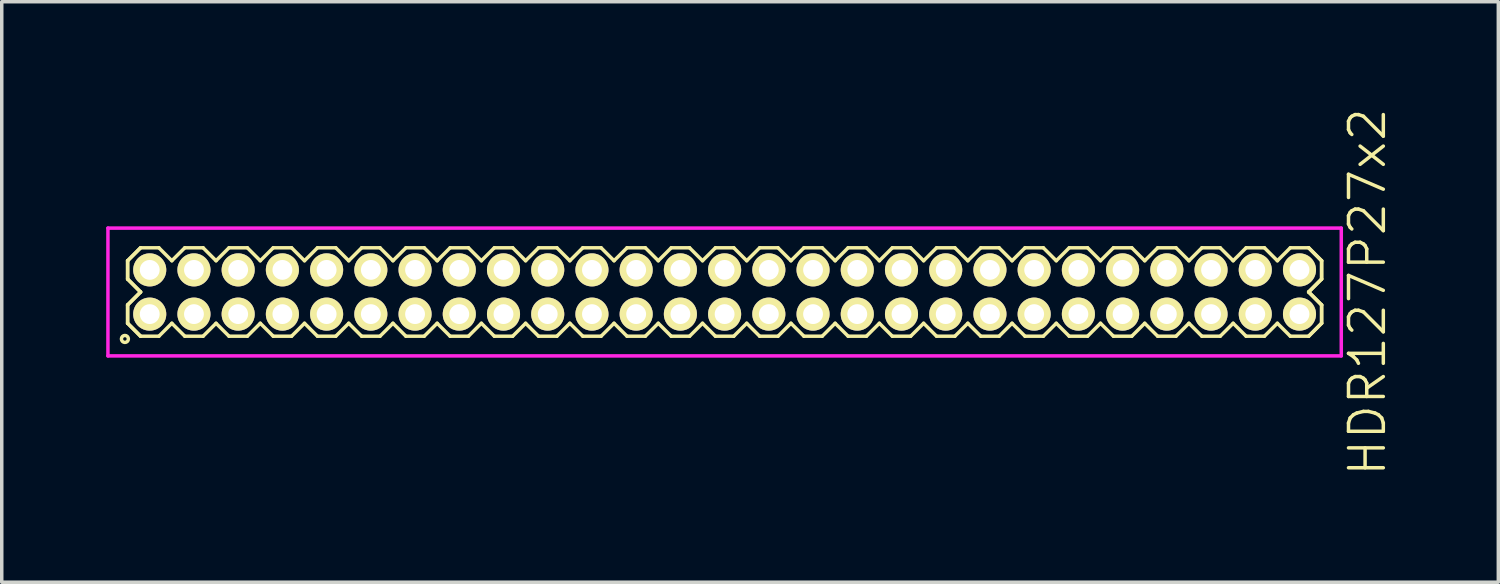
<source format=kicad_pcb>
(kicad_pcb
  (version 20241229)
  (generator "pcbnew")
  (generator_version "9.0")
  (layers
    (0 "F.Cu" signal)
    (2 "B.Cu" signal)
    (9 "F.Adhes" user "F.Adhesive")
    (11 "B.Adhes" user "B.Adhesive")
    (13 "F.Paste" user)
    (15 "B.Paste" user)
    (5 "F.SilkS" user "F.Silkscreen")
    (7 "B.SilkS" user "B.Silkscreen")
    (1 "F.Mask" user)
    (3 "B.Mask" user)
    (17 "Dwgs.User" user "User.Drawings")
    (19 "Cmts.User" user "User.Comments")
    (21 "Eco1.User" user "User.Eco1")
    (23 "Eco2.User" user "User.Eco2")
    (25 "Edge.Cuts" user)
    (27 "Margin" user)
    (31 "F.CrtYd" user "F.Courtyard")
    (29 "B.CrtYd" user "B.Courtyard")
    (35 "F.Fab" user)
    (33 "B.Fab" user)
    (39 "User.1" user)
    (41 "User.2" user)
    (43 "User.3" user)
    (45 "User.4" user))
  (footprint "HDR127P27x2"
    (layer "F.Cu")
    (at 17.76 5.336)
    (property "Reference" "HDR127P27x2" (at 18.46 0 90) (layer "F.SilkS") (effects (font (size 1 1) (thickness 0.1))))
    (attr through_hole)
    (fp_line (start -17.145 -0.898) (end -16.773 -1.27) (stroke (width 0.1) (type solid)) (layer "F.SilkS"))
    (fp_line (start -17.145 -0.898) (end -16.773 -1.27) (stroke (width 0.1) (type solid)) (layer "F.SilkS"))
    (fp_line (start -17.145 -0.372) (end -17.145 -0.898) (stroke (width 0.1) (type solid)) (layer "F.SilkS"))
    (fp_line (start -17.145 -0.372) (end -17.145 -0.898) (stroke (width 0.1) (type solid)) (layer "F.SilkS"))
    (fp_line (start -17.145 0.372) (end -16.773 0) (stroke (width 0.1) (type solid)) (layer "F.SilkS"))
    (fp_line (start -17.145 0.372) (end -16.773 0) (stroke (width 0.1) (type solid)) (layer "F.SilkS"))
    (fp_line (start -17.145 0.898) (end -17.145 0.372) (stroke (width 0.1) (type solid)) (layer "F.SilkS"))
    (fp_line (start -17.145 0.898) (end -17.145 0.372) (stroke (width 0.1) (type solid)) (layer "F.SilkS"))
    (fp_line (start -16.773 -1.27) (end -16.247 -1.27) (stroke (width 0.1) (type solid)) (layer "F.SilkS"))
    (fp_line (start -16.773 0) (end -17.145 -0.372) (stroke (width 0.1) (type solid)) (layer "F.SilkS"))
    (fp_line (start -16.773 0) (end -17.145 -0.372) (stroke (width 0.1) (type solid)) (layer "F.SilkS"))
    (fp_line (start -16.773 1.27) (end -17.145 0.898) (stroke (width 0.1) (type solid)) (layer "F.SilkS"))
    (fp_line (start -16.773 1.27) (end -17.145 0.898) (stroke (width 0.1) (type solid)) (layer "F.SilkS"))
    (fp_line (start -16.247 -1.27) (end -15.875 -0.898) (stroke (width 0.1) (type solid)) (layer "F.SilkS"))
    (fp_line (start -16.247 1.27) (end -16.773 1.27) (stroke (width 0.1) (type solid)) (layer "F.SilkS"))
    (fp_line (start -15.875 -0.898) (end -15.503 -1.27) (stroke (width 0.1) (type solid)) (layer "F.SilkS"))
    (fp_line (start -15.875 0.898) (end -16.247 1.27) (stroke (width 0.1) (type solid)) (layer "F.SilkS"))
    (fp_line (start -15.503 -1.27) (end -14.977 -1.27) (stroke (width 0.1) (type solid)) (layer "F.SilkS"))
    (fp_line (start -15.503 1.27) (end -15.875 0.898) (stroke (width 0.1) (type solid)) (layer "F.SilkS"))
    (fp_line (start -14.977 -1.27) (end -14.605 -0.898) (stroke (width 0.1) (type solid)) (layer "F.SilkS"))
    (fp_line (start -14.977 1.27) (end -15.503 1.27) (stroke (width 0.1) (type solid)) (layer "F.SilkS"))
    (fp_line (start -14.605 -0.898) (end -14.233 -1.27) (stroke (width 0.1) (type solid)) (layer "F.SilkS"))
    (fp_line (start -14.605 0.898) (end -14.977 1.27) (stroke (width 0.1) (type solid)) (layer "F.SilkS"))
    (fp_line (start -14.233 -1.27) (end -13.707 -1.27) (stroke (width 0.1) (type solid)) (layer "F.SilkS"))
    (fp_line (start -14.233 1.27) (end -14.605 0.898) (stroke (width 0.1) (type solid)) (layer "F.SilkS"))
    (fp_line (start -13.707 -1.27) (end -13.335 -0.898) (stroke (width 0.1) (type solid)) (layer "F.SilkS"))
    (fp_line (start -13.707 1.27) (end -14.233 1.27) (stroke (width 0.1) (type solid)) (layer "F.SilkS"))
    (fp_line (start -13.335 -0.898) (end -12.963 -1.27) (stroke (width 0.1) (type solid)) (layer "F.SilkS"))
    (fp_line (start -13.335 0.898) (end -13.707 1.27) (stroke (width 0.1) (type solid)) (layer "F.SilkS"))
    (fp_line (start -12.963 -1.27) (end -12.437 -1.27) (stroke (width 0.1) (type solid)) (layer "F.SilkS"))
    (fp_line (start -12.963 1.27) (end -13.335 0.898) (stroke (width 0.1) (type solid)) (layer "F.SilkS"))
    (fp_line (start -12.437 -1.27) (end -12.065 -0.898) (stroke (width 0.1) (type solid)) (layer "F.SilkS"))
    (fp_line (start -12.437 1.27) (end -12.963 1.27) (stroke (width 0.1) (type solid)) (layer "F.SilkS"))
    (fp_line (start -12.065 -0.898) (end -11.693 -1.27) (stroke (width 0.1) (type solid)) (layer "F.SilkS"))
    (fp_line (start -12.065 0.898) (end -12.437 1.27) (stroke (width 0.1) (type solid)) (layer "F.SilkS"))
    (fp_line (start -11.693 -1.27) (end -11.167 -1.27) (stroke (width 0.1) (type solid)) (layer "F.SilkS"))
    (fp_line (start -11.693 1.27) (end -12.065 0.898) (stroke (width 0.1) (type solid)) (layer "F.SilkS"))
    (fp_line (start -11.167 -1.27) (end -10.795 -0.898) (stroke (width 0.1) (type solid)) (layer "F.SilkS"))
    (fp_line (start -11.167 1.27) (end -11.693 1.27) (stroke (width 0.1) (type solid)) (layer "F.SilkS"))
    (fp_line (start -10.795 -0.898) (end -10.423 -1.27) (stroke (width 0.1) (type solid)) (layer "F.SilkS"))
    (fp_line (start -10.795 0.898) (end -11.167 1.27) (stroke (width 0.1) (type solid)) (layer "F.SilkS"))
    (fp_line (start -10.423 -1.27) (end -9.897 -1.27) (stroke (width 0.1) (type solid)) (layer "F.SilkS"))
    (fp_line (start -10.423 1.27) (end -10.795 0.898) (stroke (width 0.1) (type solid)) (layer "F.SilkS"))
    (fp_line (start -9.897 -1.27) (end -9.525 -0.898) (stroke (width 0.1) (type solid)) (layer "F.SilkS"))
    (fp_line (start -9.897 1.27) (end -10.423 1.27) (stroke (width 0.1) (type solid)) (layer "F.SilkS"))
    (fp_line (start -9.525 -0.898) (end -9.153 -1.27) (stroke (width 0.1) (type solid)) (layer "F.SilkS"))
    (fp_line (start -9.525 0.898) (end -9.897 1.27) (stroke (width 0.1) (type solid)) (layer "F.SilkS"))
    (fp_line (start -9.153 -1.27) (end -8.627 -1.27) (stroke (width 0.1) (type solid)) (layer "F.SilkS"))
    (fp_line (start -9.153 1.27) (end -9.525 0.898) (stroke (width 0.1) (type solid)) (layer "F.SilkS"))
    (fp_line (start -8.627 -1.27) (end -8.255 -0.898) (stroke (width 0.1) (type solid)) (layer "F.SilkS"))
    (fp_line (start -8.627 1.27) (end -9.153 1.27) (stroke (width 0.1) (type solid)) (layer "F.SilkS"))
    (fp_line (start -8.255 -0.898) (end -7.883 -1.27) (stroke (width 0.1) (type solid)) (layer "F.SilkS"))
    (fp_line (start -8.255 0.898) (end -8.627 1.27) (stroke (width 0.1) (type solid)) (layer "F.SilkS"))
    (fp_line (start -7.883 -1.27) (end -7.357 -1.27) (stroke (width 0.1) (type solid)) (layer "F.SilkS"))
    (fp_line (start -7.883 1.27) (end -8.255 0.898) (stroke (width 0.1) (type solid)) (layer "F.SilkS"))
    (fp_line (start -7.357 -1.27) (end -6.985 -0.898) (stroke (width 0.1) (type solid)) (layer "F.SilkS"))
    (fp_line (start -7.357 1.27) (end -7.883 1.27) (stroke (width 0.1) (type solid)) (layer "F.SilkS"))
    (fp_line (start -6.985 -0.898) (end -6.613 -1.27) (stroke (width 0.1) (type solid)) (layer "F.SilkS"))
    (fp_line (start -6.985 0.898) (end -7.357 1.27) (stroke (width 0.1) (type solid)) (layer "F.SilkS"))
    (fp_line (start -6.613 -1.27) (end -6.087 -1.27) (stroke (width 0.1) (type solid)) (layer "F.SilkS"))
    (fp_line (start -6.613 1.27) (end -6.985 0.898) (stroke (width 0.1) (type solid)) (layer "F.SilkS"))
    (fp_line (start -6.087 -1.27) (end -5.715 -0.898) (stroke (width 0.1) (type solid)) (layer "F.SilkS"))
    (fp_line (start -6.087 1.27) (end -6.613 1.27) (stroke (width 0.1) (type solid)) (layer "F.SilkS"))
    (fp_line (start -5.715 -0.898) (end -5.343 -1.27) (stroke (width 0.1) (type solid)) (layer "F.SilkS"))
    (fp_line (start -5.715 0.898) (end -6.087 1.27) (stroke (width 0.1) (type solid)) (layer "F.SilkS"))
    (fp_line (start -5.343 -1.27) (end -4.817 -1.27) (stroke (width 0.1) (type solid)) (layer "F.SilkS"))
    (fp_line (start -5.343 1.27) (end -5.715 0.898) (stroke (width 0.1) (type solid)) (layer "F.SilkS"))
    (fp_line (start -4.817 -1.27) (end -4.445 -0.898) (stroke (width 0.1) (type solid)) (layer "F.SilkS"))
    (fp_line (start -4.817 1.27) (end -5.343 1.27) (stroke (width 0.1) (type solid)) (layer "F.SilkS"))
    (fp_line (start -4.445 -0.898) (end -4.073 -1.27) (stroke (width 0.1) (type solid)) (layer "F.SilkS"))
    (fp_line (start -4.445 0.898) (end -4.817 1.27) (stroke (width 0.1) (type solid)) (layer "F.SilkS"))
    (fp_line (start -4.073 -1.27) (end -3.547 -1.27) (stroke (width 0.1) (type solid)) (layer "F.SilkS"))
    (fp_line (start -4.073 1.27) (end -4.445 0.898) (stroke (width 0.1) (type solid)) (layer "F.SilkS"))
    (fp_line (start -3.547 -1.27) (end -3.175 -0.898) (stroke (width 0.1) (type solid)) (layer "F.SilkS"))
    (fp_line (start -3.547 1.27) (end -4.073 1.27) (stroke (width 0.1) (type solid)) (layer "F.SilkS"))
    (fp_line (start -3.175 -0.898) (end -2.803 -1.27) (stroke (width 0.1) (type solid)) (layer "F.SilkS"))
    (fp_line (start -3.175 0.898) (end -3.547 1.27) (stroke (width 0.1) (type solid)) (layer "F.SilkS"))
    (fp_line (start -2.803 -1.27) (end -2.277 -1.27) (stroke (width 0.1) (type solid)) (layer "F.SilkS"))
    (fp_line (start -2.803 1.27) (end -3.175 0.898) (stroke (width 0.1) (type solid)) (layer "F.SilkS"))
    (fp_line (start -2.277 -1.27) (end -1.905 -0.898) (stroke (width 0.1) (type solid)) (layer "F.SilkS"))
    (fp_line (start -2.277 1.27) (end -2.803 1.27) (stroke (width 0.1) (type solid)) (layer "F.SilkS"))
    (fp_line (start -1.905 -0.898) (end -1.533 -1.27) (stroke (width 0.1) (type solid)) (layer "F.SilkS"))
    (fp_line (start -1.905 0.898) (end -2.277 1.27) (stroke (width 0.1) (type solid)) (layer "F.SilkS"))
    (fp_line (start -1.533 -1.27) (end -1.007 -1.27) (stroke (width 0.1) (type solid)) (layer "F.SilkS"))
    (fp_line (start -1.533 1.27) (end -1.905 0.898) (stroke (width 0.1) (type solid)) (layer "F.SilkS"))
    (fp_line (start -1.007 -1.27) (end -0.635 -0.898) (stroke (width 0.1) (type solid)) (layer "F.SilkS"))
    (fp_line (start -1.007 1.27) (end -1.533 1.27) (stroke (width 0.1) (type solid)) (layer "F.SilkS"))
    (fp_line (start -0.635 -0.898) (end -0.263 -1.27) (stroke (width 0.1) (type solid)) (layer "F.SilkS"))
    (fp_line (start -0.635 0.898) (end -1.007 1.27) (stroke (width 0.1) (type solid)) (layer "F.SilkS"))
    (fp_line (start -0.263 -1.27) (end 0.263 -1.27) (stroke (width 0.1) (type solid)) (layer "F.SilkS"))
    (fp_line (start -0.263 1.27) (end -0.635 0.898) (stroke (width 0.1) (type solid)) (layer "F.SilkS"))
    (fp_line (start 0.263 -1.27) (end 0.635 -0.898) (stroke (width 0.1) (type solid)) (layer "F.SilkS"))
    (fp_line (start 0.263 1.27) (end -0.263 1.27) (stroke (width 0.1) (type solid)) (layer "F.SilkS"))
    (fp_line (start 0.635 -0.898) (end 1.007 -1.27) (stroke (width 0.1) (type solid)) (layer "F.SilkS"))
    (fp_line (start 0.635 0.898) (end 0.263 1.27) (stroke (width 0.1) (type solid)) (layer "F.SilkS"))
    (fp_line (start 1.007 -1.27) (end 1.533 -1.27) (stroke (width 0.1) (type solid)) (layer "F.SilkS"))
    (fp_line (start 1.007 1.27) (end 0.635 0.898) (stroke (width 0.1) (type solid)) (layer "F.SilkS"))
    (fp_line (start 1.533 -1.27) (end 1.905 -0.898) (stroke (width 0.1) (type solid)) (layer "F.SilkS"))
    (fp_line (start 1.533 1.27) (end 1.007 1.27) (stroke (width 0.1) (type solid)) (layer "F.SilkS"))
    (fp_line (start 1.905 -0.898) (end 2.277 -1.27) (stroke (width 0.1) (type solid)) (layer "F.SilkS"))
    (fp_line (start 1.905 0.898) (end 1.533 1.27) (stroke (width 0.1) (type solid)) (layer "F.SilkS"))
    (fp_line (start 2.277 -1.27) (end 2.803 -1.27) (stroke (width 0.1) (type solid)) (layer "F.SilkS"))
    (fp_line (start 2.277 1.27) (end 1.905 0.898) (stroke (width 0.1) (type solid)) (layer "F.SilkS"))
    (fp_line (start 2.803 -1.27) (end 3.175 -0.898) (stroke (width 0.1) (type solid)) (layer "F.SilkS"))
    (fp_line (start 2.803 1.27) (end 2.277 1.27) (stroke (width 0.1) (type solid)) (layer "F.SilkS"))
    (fp_line (start 3.175 -0.898) (end 3.547 -1.27) (stroke (width 0.1) (type solid)) (layer "F.SilkS"))
    (fp_line (start 3.175 0.898) (end 2.803 1.27) (stroke (width 0.1) (type solid)) (layer "F.SilkS"))
    (fp_line (start 3.547 -1.27) (end 4.073 -1.27) (stroke (width 0.1) (type solid)) (layer "F.SilkS"))
    (fp_line (start 3.547 1.27) (end 3.175 0.898) (stroke (width 0.1) (type solid)) (layer "F.SilkS"))
    (fp_line (start 4.073 -1.27) (end 4.445 -0.898) (stroke (width 0.1) (type solid)) (layer "F.SilkS"))
    (fp_line (start 4.073 1.27) (end 3.547 1.27) (stroke (width 0.1) (type solid)) (layer "F.SilkS"))
    (fp_line (start 4.445 -0.898) (end 4.817 -1.27) (stroke (width 0.1) (type solid)) (layer "F.SilkS"))
    (fp_line (start 4.445 0.898) (end 4.073 1.27) (stroke (width 0.1) (type solid)) (layer "F.SilkS"))
    (fp_line (start 4.817 -1.27) (end 5.343 -1.27) (stroke (width 0.1) (type solid)) (layer "F.SilkS"))
    (fp_line (start 4.817 1.27) (end 4.445 0.898) (stroke (width 0.1) (type solid)) (layer "F.SilkS"))
    (fp_line (start 5.343 -1.27) (end 5.715 -0.898) (stroke (width 0.1) (type solid)) (layer "F.SilkS"))
    (fp_line (start 5.343 1.27) (end 4.817 1.27) (stroke (width 0.1) (type solid)) (layer "F.SilkS"))
    (fp_line (start 5.715 -0.898) (end 6.087 -1.27) (stroke (width 0.1) (type solid)) (layer "F.SilkS"))
    (fp_line (start 5.715 0.898) (end 5.343 1.27) (stroke (width 0.1) (type solid)) (layer "F.SilkS"))
    (fp_line (start 6.087 -1.27) (end 6.613 -1.27) (stroke (width 0.1) (type solid)) (layer "F.SilkS"))
    (fp_line (start 6.087 1.27) (end 5.715 0.898) (stroke (width 0.1) (type solid)) (layer "F.SilkS"))
    (fp_line (start 6.613 -1.27) (end 6.985 -0.898) (stroke (width 0.1) (type solid)) (layer "F.SilkS"))
    (fp_line (start 6.613 1.27) (end 6.087 1.27) (stroke (width 0.1) (type solid)) (layer "F.SilkS"))
    (fp_line (start 6.985 -0.898) (end 7.357 -1.27) (stroke (width 0.1) (type solid)) (layer "F.SilkS"))
    (fp_line (start 6.985 0.898) (end 6.613 1.27) (stroke (width 0.1) (type solid)) (layer "F.SilkS"))
    (fp_line (start 7.357 -1.27) (end 7.883 -1.27) (stroke (width 0.1) (type solid)) (layer "F.SilkS"))
    (fp_line (start 7.357 1.27) (end 6.985 0.898) (stroke (width 0.1) (type solid)) (layer "F.SilkS"))
    (fp_line (start 7.883 -1.27) (end 8.255 -0.898) (stroke (width 0.1) (type solid)) (layer "F.SilkS"))
    (fp_line (start 7.883 1.27) (end 7.357 1.27) (stroke (width 0.1) (type solid)) (layer "F.SilkS"))
    (fp_line (start 8.255 -0.898) (end 8.627 -1.27) (stroke (width 0.1) (type solid)) (layer "F.SilkS"))
    (fp_line (start 8.255 0.898) (end 7.883 1.27) (stroke (width 0.1) (type solid)) (layer "F.SilkS"))
    (fp_line (start 8.627 -1.27) (end 9.153 -1.27) (stroke (width 0.1) (type solid)) (layer "F.SilkS"))
    (fp_line (start 8.627 1.27) (end 8.255 0.898) (stroke (width 0.1) (type solid)) (layer "F.SilkS"))
    (fp_line (start 9.153 -1.27) (end 9.525 -0.898) (stroke (width 0.1) (type solid)) (layer "F.SilkS"))
    (fp_line (start 9.153 1.27) (end 8.627 1.27) (stroke (width 0.1) (type solid)) (layer "F.SilkS"))
    (fp_line (start 9.525 -0.898) (end 9.897 -1.27) (stroke (width 0.1) (type solid)) (layer "F.SilkS"))
    (fp_line (start 9.525 0.898) (end 9.153 1.27) (stroke (width 0.1) (type solid)) (layer "F.SilkS"))
    (fp_line (start 9.897 -1.27) (end 10.423 -1.27) (stroke (width 0.1) (type solid)) (layer "F.SilkS"))
    (fp_line (start 9.897 1.27) (end 9.525 0.898) (stroke (width 0.1) (type solid)) (layer "F.SilkS"))
    (fp_line (start 10.423 -1.27) (end 10.795 -0.898) (stroke (width 0.1) (type solid)) (layer "F.SilkS"))
    (fp_line (start 10.423 1.27) (end 9.897 1.27) (stroke (width 0.1) (type solid)) (layer "F.SilkS"))
    (fp_line (start 10.795 -0.898) (end 11.167 -1.27) (stroke (width 0.1) (type solid)) (layer "F.SilkS"))
    (fp_line (start 10.795 0.898) (end 10.423 1.27) (stroke (width 0.1) (type solid)) (layer "F.SilkS"))
    (fp_line (start 11.167 -1.27) (end 11.693 -1.27) (stroke (width 0.1) (type solid)) (layer "F.SilkS"))
    (fp_line (start 11.167 1.27) (end 10.795 0.898) (stroke (width 0.1) (type solid)) (layer "F.SilkS"))
    (fp_line (start 11.693 -1.27) (end 12.065 -0.898) (stroke (width 0.1) (type solid)) (layer "F.SilkS"))
    (fp_line (start 11.693 1.27) (end 11.167 1.27) (stroke (width 0.1) (type solid)) (layer "F.SilkS"))
    (fp_line (start 12.065 -0.898) (end 12.437 -1.27) (stroke (width 0.1) (type solid)) (layer "F.SilkS"))
    (fp_line (start 12.065 0.898) (end 11.693 1.27) (stroke (width 0.1) (type solid)) (layer "F.SilkS"))
    (fp_line (start 12.437 -1.27) (end 12.963 -1.27) (stroke (width 0.1) (type solid)) (layer "F.SilkS"))
    (fp_line (start 12.437 1.27) (end 12.065 0.898) (stroke (width 0.1) (type solid)) (layer "F.SilkS"))
    (fp_line (start 12.963 -1.27) (end 13.335 -0.898) (stroke (width 0.1) (type solid)) (layer "F.SilkS"))
    (fp_line (start 12.963 1.27) (end 12.437 1.27) (stroke (width 0.1) (type solid)) (layer "F.SilkS"))
    (fp_line (start 13.335 -0.898) (end 13.707 -1.27) (stroke (width 0.1) (type solid)) (layer "F.SilkS"))
    (fp_line (start 13.335 0.898) (end 12.963 1.27) (stroke (width 0.1) (type solid)) (layer "F.SilkS"))
    (fp_line (start 13.707 -1.27) (end 14.233 -1.27) (stroke (width 0.1) (type solid)) (layer "F.SilkS"))
    (fp_line (start 13.707 1.27) (end 13.335 0.898) (stroke (width 0.1) (type solid)) (layer "F.SilkS"))
    (fp_line (start 14.233 -1.27) (end 14.605 -0.898) (stroke (width 0.1) (type solid)) (layer "F.SilkS"))
    (fp_line (start 14.233 1.27) (end 13.707 1.27) (stroke (width 0.1) (type solid)) (layer "F.SilkS"))
    (fp_line (start 14.605 -0.898) (end 14.977 -1.27) (stroke (width 0.1) (type solid)) (layer "F.SilkS"))
    (fp_line (start 14.605 0.898) (end 14.233 1.27) (stroke (width 0.1) (type solid)) (layer "F.SilkS"))
    (fp_line (start 14.977 -1.27) (end 15.503 -1.27) (stroke (width 0.1) (type solid)) (layer "F.SilkS"))
    (fp_line (start 14.977 1.27) (end 14.605 0.898) (stroke (width 0.1) (type solid)) (layer "F.SilkS"))
    (fp_line (start 15.503 -1.27) (end 15.875 -0.898) (stroke (width 0.1) (type solid)) (layer "F.SilkS"))
    (fp_line (start 15.503 1.27) (end 14.977 1.27) (stroke (width 0.1) (type solid)) (layer "F.SilkS"))
    (fp_line (start 15.875 -0.898) (end 16.247 -1.27) (stroke (width 0.1) (type solid)) (layer "F.SilkS"))
    (fp_line (start 15.875 0.898) (end 15.503 1.27) (stroke (width 0.1) (type solid)) (layer "F.SilkS"))
    (fp_line (start 16.247 -1.27) (end 16.773 -1.27) (stroke (width 0.1) (type solid)) (layer "F.SilkS"))
    (fp_line (start 16.247 1.27) (end 15.875 0.898) (stroke (width 0.1) (type solid)) (layer "F.SilkS"))
    (fp_line (start 16.773 -1.27) (end 17.145 -0.898) (stroke (width 0.1) (type solid)) (layer "F.SilkS"))
    (fp_line (start 16.773 -1.27) (end 17.145 -0.898) (stroke (width 0.1) (type solid)) (layer "F.SilkS"))
    (fp_line (start 16.773 0) (end 17.145 0.372) (stroke (width 0.1) (type solid)) (layer "F.SilkS"))
    (fp_line (start 16.773 0) (end 17.145 0.372) (stroke (width 0.1) (type solid)) (layer "F.SilkS"))
    (fp_line (start 16.773 1.27) (end 16.247 1.27) (stroke (width 0.1) (type solid)) (layer "F.SilkS"))
    (fp_line (start 17.145 -0.898) (end 17.145 -0.372) (stroke (width 0.1) (type solid)) (layer "F.SilkS"))
    (fp_line (start 17.145 -0.898) (end 17.145 -0.372) (stroke (width 0.1) (type solid)) (layer "F.SilkS"))
    (fp_line (start 17.145 -0.372) (end 16.773 0) (stroke (width 0.1) (type solid)) (layer "F.SilkS"))
    (fp_line (start 17.145 -0.372) (end 16.773 0) (stroke (width 0.1) (type solid)) (layer "F.SilkS"))
    (fp_line (start 17.145 0.372) (end 17.145 0.898) (stroke (width 0.1) (type solid)) (layer "F.SilkS"))
    (fp_line (start 17.145 0.372) (end 17.145 0.898) (stroke (width 0.1) (type solid)) (layer "F.SilkS"))
    (fp_line (start 17.145 0.898) (end 16.773 1.27) (stroke (width 0.1) (type solid)) (layer "F.SilkS"))
    (fp_line (start 17.145 0.898) (end 16.773 1.27) (stroke (width 0.1) (type solid)) (layer "F.SilkS"))
    (fp_circle (center -17.223 1.348) (end -17.123 1.348) (stroke (width 0.1) (type solid)) (fill no) (layer "F.SilkS"))
    (fp_line (start -17.71 -1.835) (end -17.71 1.835) (stroke (width 0.1) (type solid)) (layer "F.CrtYd"))
    (fp_line (start -17.71 1.835) (end 17.71 1.835) (stroke (width 0.1) (type solid)) (layer "F.CrtYd"))
    (fp_line (start 17.71 -1.835) (end -17.71 -1.835) (stroke (width 0.1) (type solid)) (layer "F.CrtYd"))
    (fp_line (start 17.71 1.835) (end 17.71 -1.835) (stroke (width 0.1) (type solid)) (layer "F.CrtYd"))
    (pad "1" thru_hole oval (at -16.51 0.635) (size 0.95 0.95) (drill 0.57) (layers "*.Cu" "*.Mask" "F.SilkS"))
    (pad "2" thru_hole oval (at -16.51 -0.635) (size 0.95 0.95) (drill 0.57) (layers "*.Cu" "*.Mask" "F.SilkS"))
    (pad "3" thru_hole oval (at -15.24 0.635) (size 0.95 0.95) (drill 0.57) (layers "*.Cu" "*.Mask" "F.SilkS"))
    (pad "4" thru_hole oval (at -15.24 -0.635) (size 0.95 0.95) (drill 0.57) (layers "*.Cu" "*.Mask" "F.SilkS"))
    (pad "5" thru_hole oval (at -13.97 0.635) (size 0.95 0.95) (drill 0.57) (layers "*.Cu" "*.Mask" "F.SilkS"))
    (pad "6" thru_hole oval (at -13.97 -0.635) (size 0.95 0.95) (drill 0.57) (layers "*.Cu" "*.Mask" "F.SilkS"))
    (pad "7" thru_hole oval (at -12.7 0.635) (size 0.95 0.95) (drill 0.57) (layers "*.Cu" "*.Mask" "F.SilkS"))
    (pad "8" thru_hole oval (at -12.7 -0.635) (size 0.95 0.95) (drill 0.57) (layers "*.Cu" "*.Mask" "F.SilkS"))
    (pad "9" thru_hole oval (at -11.43 0.635) (size 0.95 0.95) (drill 0.57) (layers "*.Cu" "*.Mask" "F.SilkS"))
    (pad "10" thru_hole oval (at -11.43 -0.635) (size 0.95 0.95) (drill 0.57) (layers "*.Cu" "*.Mask" "F.SilkS"))
    (pad "11" thru_hole oval (at -10.16 0.635) (size 0.95 0.95) (drill 0.57) (layers "*.Cu" "*.Mask" "F.SilkS"))
    (pad "12" thru_hole oval (at -10.16 -0.635) (size 0.95 0.95) (drill 0.57) (layers "*.Cu" "*.Mask" "F.SilkS"))
    (pad "13" thru_hole oval (at -8.89 0.635) (size 0.95 0.95) (drill 0.57) (layers "*.Cu" "*.Mask" "F.SilkS"))
    (pad "14" thru_hole oval (at -8.89 -0.635) (size 0.95 0.95) (drill 0.57) (layers "*.Cu" "*.Mask" "F.SilkS"))
    (pad "15" thru_hole oval (at -7.62 0.635) (size 0.95 0.95) (drill 0.57) (layers "*.Cu" "*.Mask" "F.SilkS"))
    (pad "16" thru_hole oval (at -7.62 -0.635) (size 0.95 0.95) (drill 0.57) (layers "*.Cu" "*.Mask" "F.SilkS"))
    (pad "17" thru_hole oval (at -6.35 0.635) (size 0.95 0.95) (drill 0.57) (layers "*.Cu" "*.Mask" "F.SilkS"))
    (pad "18" thru_hole oval (at -6.35 -0.635) (size 0.95 0.95) (drill 0.57) (layers "*.Cu" "*.Mask" "F.SilkS"))
    (pad "19" thru_hole oval (at -5.08 0.635) (size 0.95 0.95) (drill 0.57) (layers "*.Cu" "*.Mask" "F.SilkS"))
    (pad "20" thru_hole oval (at -5.08 -0.635) (size 0.95 0.95) (drill 0.57) (layers "*.Cu" "*.Mask" "F.SilkS"))
    (pad "21" thru_hole oval (at -3.81 0.635) (size 0.95 0.95) (drill 0.57) (layers "*.Cu" "*.Mask" "F.SilkS"))
    (pad "22" thru_hole oval (at -3.81 -0.635) (size 0.95 0.95) (drill 0.57) (layers "*.Cu" "*.Mask" "F.SilkS"))
    (pad "23" thru_hole oval (at -2.54 0.635) (size 0.95 0.95) (drill 0.57) (layers "*.Cu" "*.Mask" "F.SilkS"))
    (pad "24" thru_hole oval (at -2.54 -0.635) (size 0.95 0.95) (drill 0.57) (layers "*.Cu" "*.Mask" "F.SilkS"))
    (pad "25" thru_hole oval (at -1.27 0.635) (size 0.95 0.95) (drill 0.57) (layers "*.Cu" "*.Mask" "F.SilkS"))
    (pad "26" thru_hole oval (at -1.27 -0.635) (size 0.95 0.95) (drill 0.57) (layers "*.Cu" "*.Mask" "F.SilkS"))
    (pad "27" thru_hole oval (at 0 0.635) (size 0.95 0.95) (drill 0.57) (layers "*.Cu" "*.Mask" "F.SilkS"))
    (pad "28" thru_hole oval (at 0 -0.635) (size 0.95 0.95) (drill 0.57) (layers "*.Cu" "*.Mask" "F.SilkS"))
    (pad "29" thru_hole oval (at 1.27 0.635) (size 0.95 0.95) (drill 0.57) (layers "*.Cu" "*.Mask" "F.SilkS"))
    (pad "30" thru_hole oval (at 1.27 -0.635) (size 0.95 0.95) (drill 0.57) (layers "*.Cu" "*.Mask" "F.SilkS"))
    (pad "31" thru_hole oval (at 2.54 0.635) (size 0.95 0.95) (drill 0.57) (layers "*.Cu" "*.Mask" "F.SilkS"))
    (pad "32" thru_hole oval (at 2.54 -0.635) (size 0.95 0.95) (drill 0.57) (layers "*.Cu" "*.Mask" "F.SilkS"))
    (pad "33" thru_hole oval (at 3.81 0.635) (size 0.95 0.95) (drill 0.57) (layers "*.Cu" "*.Mask" "F.SilkS"))
    (pad "34" thru_hole oval (at 3.81 -0.635) (size 0.95 0.95) (drill 0.57) (layers "*.Cu" "*.Mask" "F.SilkS"))
    (pad "35" thru_hole oval (at 5.08 0.635) (size 0.95 0.95) (drill 0.57) (layers "*.Cu" "*.Mask" "F.SilkS"))
    (pad "36" thru_hole oval (at 5.08 -0.635) (size 0.95 0.95) (drill 0.57) (layers "*.Cu" "*.Mask" "F.SilkS"))
    (pad "37" thru_hole oval (at 6.35 0.635) (size 0.95 0.95) (drill 0.57) (layers "*.Cu" "*.Mask" "F.SilkS"))
    (pad "38" thru_hole oval (at 6.35 -0.635) (size 0.95 0.95) (drill 0.57) (layers "*.Cu" "*.Mask" "F.SilkS"))
    (pad "39" thru_hole oval (at 7.62 0.635) (size 0.95 0.95) (drill 0.57) (layers "*.Cu" "*.Mask" "F.SilkS"))
    (pad "40" thru_hole oval (at 7.62 -0.635) (size 0.95 0.95) (drill 0.57) (layers "*.Cu" "*.Mask" "F.SilkS"))
    (pad "41" thru_hole oval (at 8.89 0.635) (size 0.95 0.95) (drill 0.57) (layers "*.Cu" "*.Mask" "F.SilkS"))
    (pad "42" thru_hole oval (at 8.89 -0.635) (size 0.95 0.95) (drill 0.57) (layers "*.Cu" "*.Mask" "F.SilkS"))
    (pad "43" thru_hole oval (at 10.16 0.635) (size 0.95 0.95) (drill 0.57) (layers "*.Cu" "*.Mask" "F.SilkS"))
    (pad "44" thru_hole oval (at 10.16 -0.635) (size 0.95 0.95) (drill 0.57) (layers "*.Cu" "*.Mask" "F.SilkS"))
    (pad "45" thru_hole oval (at 11.43 0.635) (size 0.95 0.95) (drill 0.57) (layers "*.Cu" "*.Mask" "F.SilkS"))
    (pad "46" thru_hole oval (at 11.43 -0.635) (size 0.95 0.95) (drill 0.57) (layers "*.Cu" "*.Mask" "F.SilkS"))
    (pad "47" thru_hole oval (at 12.7 0.635) (size 0.95 0.95) (drill 0.57) (layers "*.Cu" "*.Mask" "F.SilkS"))
    (pad "48" thru_hole oval (at 12.7 -0.635) (size 0.95 0.95) (drill 0.57) (layers "*.Cu" "*.Mask" "F.SilkS"))
    (pad "49" thru_hole oval (at 13.97 0.635) (size 0.95 0.95) (drill 0.57) (layers "*.Cu" "*.Mask" "F.SilkS"))
    (pad "50" thru_hole oval (at 13.97 -0.635) (size 0.95 0.95) (drill 0.57) (layers "*.Cu" "*.Mask" "F.SilkS"))
    (pad "51" thru_hole oval (at 15.24 0.635) (size 0.95 0.95) (drill 0.57) (layers "*.Cu" "*.Mask" "F.SilkS"))
    (pad "52" thru_hole oval (at 15.24 -0.635) (size 0.95 0.95) (drill 0.57) (layers "*.Cu" "*.Mask" "F.SilkS"))
    (pad "53" thru_hole oval (at 16.51 0.635) (size 0.95 0.95) (drill 0.57) (layers "*.Cu" "*.Mask" "F.SilkS"))
    (pad "54" thru_hole oval (at 16.51 -0.635) (size 0.95 0.95) (drill 0.57) (layers "*.Cu" "*.Mask" "F.SilkS")))
  (gr_rect
    (start -3 -3)
    (end 39.98 13.671)
    (stroke (width 0.1) (type default))
    (fill no)
    (layer "Edge.Cuts")))
</source>
